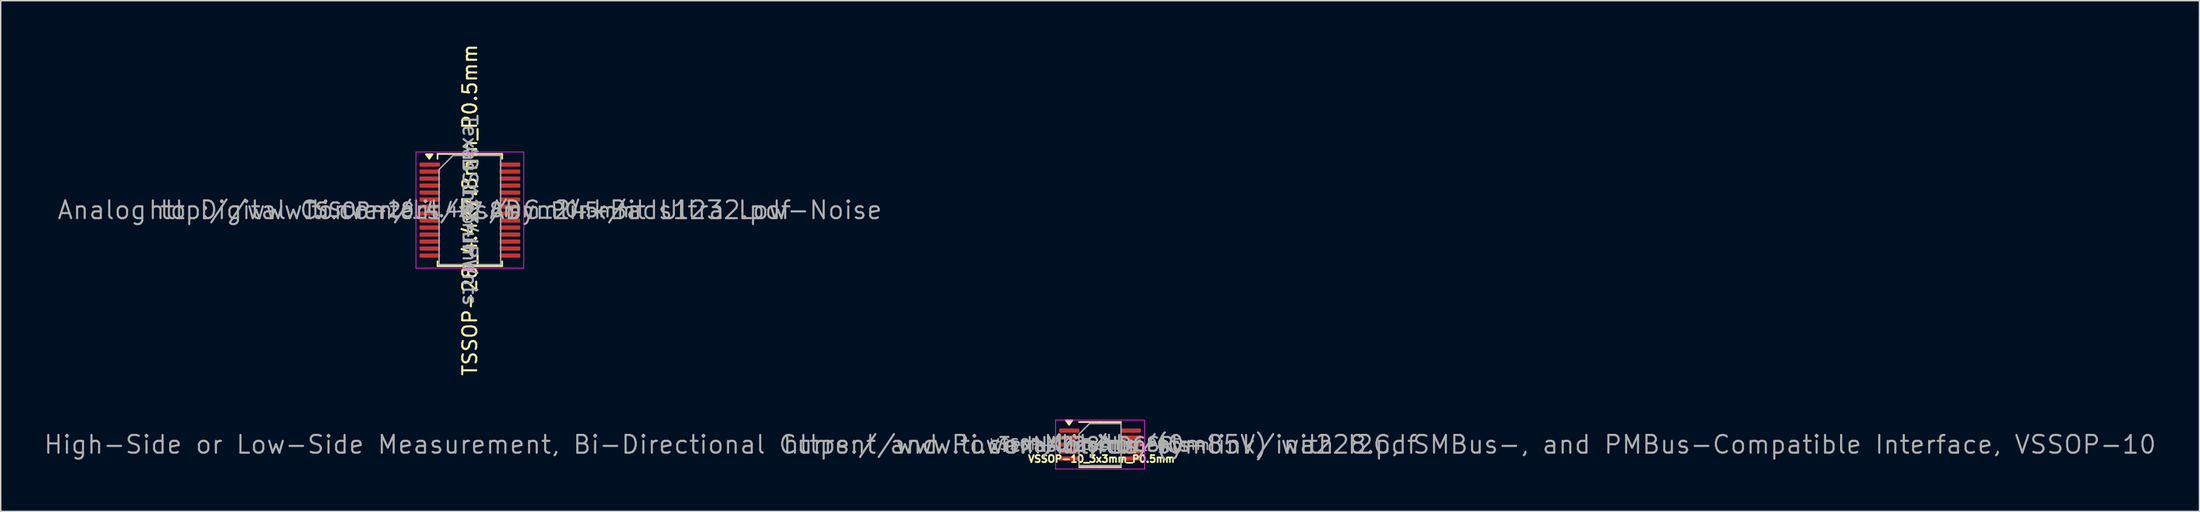
<source format=kicad_pcb>
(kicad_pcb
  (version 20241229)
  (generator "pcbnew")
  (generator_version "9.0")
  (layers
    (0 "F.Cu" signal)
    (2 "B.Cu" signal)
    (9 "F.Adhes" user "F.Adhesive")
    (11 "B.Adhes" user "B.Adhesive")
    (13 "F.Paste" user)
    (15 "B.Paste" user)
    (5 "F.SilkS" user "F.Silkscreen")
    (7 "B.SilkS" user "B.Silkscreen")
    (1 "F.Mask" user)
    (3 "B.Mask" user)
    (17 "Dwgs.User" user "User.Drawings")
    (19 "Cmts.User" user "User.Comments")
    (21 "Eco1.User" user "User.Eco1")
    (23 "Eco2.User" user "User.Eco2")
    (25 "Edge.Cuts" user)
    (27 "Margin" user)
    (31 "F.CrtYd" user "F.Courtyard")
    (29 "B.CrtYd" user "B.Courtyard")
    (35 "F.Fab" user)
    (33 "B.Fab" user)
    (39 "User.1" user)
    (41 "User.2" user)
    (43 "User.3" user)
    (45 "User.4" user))
  (footprint "VSSOP-10_3x3mm_P0.5mm"
    (layer "F.Cu")
    (at 75.542 28.717)
    (property "Reference" "VSSOP-10_3x3mm_P0.5mm" (at 0.1 1.025 0) (layer "F.SilkS") (effects (font (size 0.5 0.5) (thickness 0.125))))
    (property "Datasheet" "https://www.ti.com/lit/ds/symlink/ina228.pdf" (at 0 0 0) (unlocked yes) (layer "F.Fab") (effects (font (size 1.27 1.27) (thickness 0.15))))
    (property "Description" "High-Side or Low-Side Measurement, Bi-Directional Current and Power Monitor (0-85V) with I2C, SMBus-, and PMBus-Compatible Interface, VSSOP-10" (at 0 0 0) (unlocked yes) (layer "F.Fab") (effects (font (size 1.27 1.27) (thickness 0.15))))
    (property "Manufacturer Part Number/ Generic Part Number[PCB Power]" " INA228AIDGSR " (at 0 0 0) (unlocked yes) (layer "F.Fab") (effects (font (size 1 1) (thickness 0.15))))
    (property "Manufacturer Name" "Texas Instruments " (at 0 0 0) (unlocked yes) (layer "F.Fab") (effects (font (size 1 1) (thickness 0.15))))
    (attr smd)
    (fp_line (start 0 -1.61) (end -1.5 -1.61) (stroke (width 0.12) (type solid)) (layer "F.SilkS"))
    (fp_line (start 0 -1.61) (end 1.5 -1.61) (stroke (width 0.12) (type solid)) (layer "F.SilkS"))
    (fp_line (start 0 1.61) (end -1.5 1.61) (stroke (width 0.12) (type solid)) (layer "F.SilkS"))
    (fp_line (start 0 1.61) (end 1.5 1.61) (stroke (width 0.12) (type solid)) (layer "F.SilkS"))
    (fp_poly (pts (xy -2.212 -1.41) (xy -2.453 -1.74) (xy -1.972 -1.74) (xy -2.212 -1.41)) (stroke (width 0.12) (type solid)) (fill yes) (layer "F.SilkS"))
    (fp_line (start -3.18 -1.75) (end -3.18 1.75) (stroke (width 0.05) (type solid)) (layer "F.CrtYd"))
    (fp_line (start -3.18 1.75) (end 3.18 1.75) (stroke (width 0.05) (type solid)) (layer "F.CrtYd"))
    (fp_line (start 3.18 -1.75) (end -3.18 -1.75) (stroke (width 0.05) (type solid)) (layer "F.CrtYd"))
    (fp_line (start 3.18 1.75) (end 3.18 -1.75) (stroke (width 0.05) (type solid)) (layer "F.CrtYd"))
    (fp_line (start -1.5 -0.75) (end -0.75 -1.5) (stroke (width 0.1) (type solid)) (layer "F.Fab"))
    (fp_line (start -1.5 1.5) (end -1.5 -0.75) (stroke (width 0.1) (type solid)) (layer "F.Fab"))
    (fp_line (start -0.75 -1.5) (end 1.5 -1.5) (stroke (width 0.1) (type solid)) (layer "F.Fab"))
    (fp_line (start 1.5 -1.5) (end 1.5 1.5) (stroke (width 0.1) (type solid)) (layer "F.Fab"))
    (fp_line (start 1.5 1.5) (end -1.5 1.5) (stroke (width 0.1) (type solid)) (layer "F.Fab"))
    (fp_text user "${REFERENCE}" (at 0 0 0) (layer "F.Fab") (effects (font (size 0.75 0.75) (thickness 0.11))))
    (pad "1" smd roundrect (at -2.2 -1) (size 1.45 0.3) (layers "F.Cu" "F.Mask" "F.Paste") (roundrect_rratio 0.25))
    (pad "2" smd roundrect (at -2.2 -0.5) (size 1.45 0.3) (layers "F.Cu" "F.Mask" "F.Paste") (roundrect_rratio 0.25))
    (pad "3" smd roundrect (at -2.2 0) (size 1.45 0.3) (layers "F.Cu" "F.Mask" "F.Paste") (roundrect_rratio 0.25))
    (pad "4" smd roundrect (at -2.2 0.5) (size 1.45 0.3) (layers "F.Cu" "F.Mask" "F.Paste") (roundrect_rratio 0.25))
    (pad "5" smd roundrect (at -2.2 1) (size 1.45 0.3) (layers "F.Cu" "F.Mask" "F.Paste") (roundrect_rratio 0.25))
    (pad "6" smd roundrect (at 2.2 1) (size 1.45 0.3) (layers "F.Cu" "F.Mask" "F.Paste") (roundrect_rratio 0.25))
    (pad "7" smd roundrect (at 2.2 0.5) (size 1.45 0.3) (layers "F.Cu" "F.Mask" "F.Paste") (roundrect_rratio 0.25))
    (pad "8" smd roundrect (at 2.2 0) (size 1.45 0.3) (layers "F.Cu" "F.Mask" "F.Paste") (roundrect_rratio 0.25))
    (pad "9" smd roundrect (at 2.2 -0.5) (size 1.45 0.3) (layers "F.Cu" "F.Mask" "F.Paste") (roundrect_rratio 0.25))
    (pad "10" smd roundrect (at 2.2 -1) (size 1.45 0.3) (layers "F.Cu" "F.Mask" "F.Paste") (roundrect_rratio 0.25)))
  (footprint "TSSOP-28_4.4x7.8mm_P0.5mm"
    (layer "F.Cu")
    (at 30.518 11.958)
    (property "Reference" "TSSOP-28_4.4x7.8mm_P0.5mm" (at 0 0 270) (layer "F.SilkS") (effects (font (size 1 1) (thickness 0.15))))
    (property "Datasheet" "http://www.ti.com/lit/ds/symlink/ads1232.pdf" (at 0 0 0) (unlocked yes) (layer "F.Fab") (effects (font (size 1.27 1.27) (thickness 0.15))))
    (property "Description" " Analog to Digital Converters - ADC 24-Bit Ultra Low-Noise " (at 0 0 0) (unlocked yes) (layer "F.Fab") (effects (font (size 1.27 1.27) (thickness 0.15))))
    (property "Manufacturer Part Number/ Generic Part Number[PCB Power]" " ADS1234IPW " (at 0 0 270) (unlocked yes) (layer "F.Fab") (effects (font (size 1 1) (thickness 0.15))))
    (property "Manufacturer Name" " Texas Instruments " (at 0 0 270) (unlocked yes) (layer "F.Fab") (effects (font (size 1 1) (thickness 0.15))))
    (attr smd)
    (fp_line (start -2.31 -4.01) (end -2.31 -3.66) (stroke (width 0.12) (type solid)) (layer "F.SilkS"))
    (fp_line (start -2.31 4.01) (end -2.31 3.66) (stroke (width 0.12) (type solid)) (layer "F.SilkS"))
    (fp_line (start 0 -4.01) (end -2.31 -4.01) (stroke (width 0.12) (type solid)) (layer "F.SilkS"))
    (fp_line (start 0 -4.01) (end 2.31 -4.01) (stroke (width 0.12) (type solid)) (layer "F.SilkS"))
    (fp_line (start 0 4.01) (end -2.31 4.01) (stroke (width 0.12) (type solid)) (layer "F.SilkS"))
    (fp_line (start 0 4.01) (end 2.31 4.01) (stroke (width 0.12) (type solid)) (layer "F.SilkS"))
    (fp_line (start 2.31 -4.01) (end 2.31 -3.66) (stroke (width 0.12) (type solid)) (layer "F.SilkS"))
    (fp_line (start 2.31 4.01) (end 2.31 3.66) (stroke (width 0.12) (type solid)) (layer "F.SilkS"))
    (fp_poly (pts (xy -2.9 -3.66) (xy -3.14 -3.99) (xy -2.66 -3.99) (xy -2.9 -3.66)) (stroke (width 0.12) (type solid)) (fill yes) (layer "F.SilkS"))
    (fp_line (start -3.85 -4.15) (end -3.85 4.15) (stroke (width 0.05) (type solid)) (layer "F.CrtYd"))
    (fp_line (start -3.85 4.15) (end 3.85 4.15) (stroke (width 0.05) (type solid)) (layer "F.CrtYd"))
    (fp_line (start 3.85 -4.15) (end -3.85 -4.15) (stroke (width 0.05) (type solid)) (layer "F.CrtYd"))
    (fp_line (start 3.85 4.15) (end 3.85 -4.15) (stroke (width 0.05) (type solid)) (layer "F.CrtYd"))
    (fp_line (start -2.2 -2.9) (end -1.2 -3.9) (stroke (width 0.1) (type solid)) (layer "F.Fab"))
    (fp_line (start -2.2 3.9) (end -2.2 -2.9) (stroke (width 0.1) (type solid)) (layer "F.Fab"))
    (fp_line (start -1.2 -3.9) (end 2.2 -3.9) (stroke (width 0.1) (type solid)) (layer "F.Fab"))
    (fp_line (start 2.2 -3.9) (end 2.2 3.9) (stroke (width 0.1) (type solid)) (layer "F.Fab"))
    (fp_line (start 2.2 3.9) (end -2.2 3.9) (stroke (width 0.1) (type solid)) (layer "F.Fab"))
    (fp_text user "${REFERENCE}" (at 0 0 180) (layer "F.Fab") (effects (font (size 1 1) (thickness 0.15))))
    (pad "1" smd roundrect (at -2.862 -3.25) (size 1.475 0.3) (layers "F.Cu" "F.Mask" "F.Paste") (roundrect_rratio 0.25))
    (pad "2" smd roundrect (at -2.862 -2.75) (size 1.475 0.3) (layers "F.Cu" "F.Mask" "F.Paste") (roundrect_rratio 0.25))
    (pad "3" smd roundrect (at -2.862 -2.25) (size 1.475 0.3) (layers "F.Cu" "F.Mask" "F.Paste") (roundrect_rratio 0.25))
    (pad "4" smd roundrect (at -2.862 -1.75) (size 1.475 0.3) (layers "F.Cu" "F.Mask" "F.Paste") (roundrect_rratio 0.25))
    (pad "5" smd roundrect (at -2.862 -1.25) (size 1.475 0.3) (layers "F.Cu" "F.Mask" "F.Paste") (roundrect_rratio 0.25))
    (pad "6" smd roundrect (at -2.862 -0.75) (size 1.475 0.3) (layers "F.Cu" "F.Mask" "F.Paste") (roundrect_rratio 0.25))
    (pad "7" smd roundrect (at -2.862 -0.25) (size 1.475 0.3) (layers "F.Cu" "F.Mask" "F.Paste") (roundrect_rratio 0.25))
    (pad "8" smd roundrect (at -2.862 0.25) (size 1.475 0.3) (layers "F.Cu" "F.Mask" "F.Paste") (roundrect_rratio 0.25))
    (pad "9" smd roundrect (at -2.862 0.75) (size 1.475 0.3) (layers "F.Cu" "F.Mask" "F.Paste") (roundrect_rratio 0.25))
    (pad "10" smd roundrect (at -2.862 1.25) (size 1.475 0.3) (layers "F.Cu" "F.Mask" "F.Paste") (roundrect_rratio 0.25))
    (pad "11" smd roundrect (at -2.862 1.75) (size 1.475 0.3) (layers "F.Cu" "F.Mask" "F.Paste") (roundrect_rratio 0.25))
    (pad "12" smd roundrect (at -2.862 2.25) (size 1.475 0.3) (layers "F.Cu" "F.Mask" "F.Paste") (roundrect_rratio 0.25))
    (pad "13" smd roundrect (at -2.862 2.75) (size 1.475 0.3) (layers "F.Cu" "F.Mask" "F.Paste") (roundrect_rratio 0.25))
    (pad "14" smd roundrect (at -2.862 3.25) (size 1.475 0.3) (layers "F.Cu" "F.Mask" "F.Paste") (roundrect_rratio 0.25))
    (pad "15" smd roundrect (at 2.862 3.25) (size 1.475 0.3) (layers "F.Cu" "F.Mask" "F.Paste") (roundrect_rratio 0.25))
    (pad "16" smd roundrect (at 2.862 2.75) (size 1.475 0.3) (layers "F.Cu" "F.Mask" "F.Paste") (roundrect_rratio 0.25))
    (pad "17" smd roundrect (at 2.862 2.25) (size 1.475 0.3) (layers "F.Cu" "F.Mask" "F.Paste") (roundrect_rratio 0.25))
    (pad "18" smd roundrect (at 2.862 1.75) (size 1.475 0.3) (layers "F.Cu" "F.Mask" "F.Paste") (roundrect_rratio 0.25))
    (pad "19" smd roundrect (at 2.862 1.25) (size 1.475 0.3) (layers "F.Cu" "F.Mask" "F.Paste") (roundrect_rratio 0.25))
    (pad "20" smd roundrect (at 2.862 0.75) (size 1.475 0.3) (layers "F.Cu" "F.Mask" "F.Paste") (roundrect_rratio 0.25))
    (pad "21" smd roundrect (at 2.862 0.25) (size 1.475 0.3) (layers "F.Cu" "F.Mask" "F.Paste") (roundrect_rratio 0.25))
    (pad "22" smd roundrect (at 2.862 -0.25) (size 1.475 0.3) (layers "F.Cu" "F.Mask" "F.Paste") (roundrect_rratio 0.25))
    (pad "23" smd roundrect (at 2.862 -0.75) (size 1.475 0.3) (layers "F.Cu" "F.Mask" "F.Paste") (roundrect_rratio 0.25))
    (pad "24" smd roundrect (at 2.862 -1.25) (size 1.475 0.3) (layers "F.Cu" "F.Mask" "F.Paste") (roundrect_rratio 0.25))
    (pad "25" smd roundrect (at 2.862 -1.75) (size 1.475 0.3) (layers "F.Cu" "F.Mask" "F.Paste") (roundrect_rratio 0.25))
    (pad "26" smd roundrect (at 2.862 -2.25) (size 1.475 0.3) (layers "F.Cu" "F.Mask" "F.Paste") (roundrect_rratio 0.25))
    (pad "27" smd roundrect (at 2.862 -2.75) (size 1.475 0.3) (layers "F.Cu" "F.Mask" "F.Paste") (roundrect_rratio 0.25))
    (pad "28" smd roundrect (at 2.862 -3.25) (size 1.475 0.3) (layers "F.Cu" "F.Mask" "F.Paste") (roundrect_rratio 0.25)))
  (gr_rect
    (start -3 -3)
    (end 154.084 33.492)
    (stroke (width 0.1) (type default))
    (fill no)
    (layer "Edge.Cuts")))
</source>
